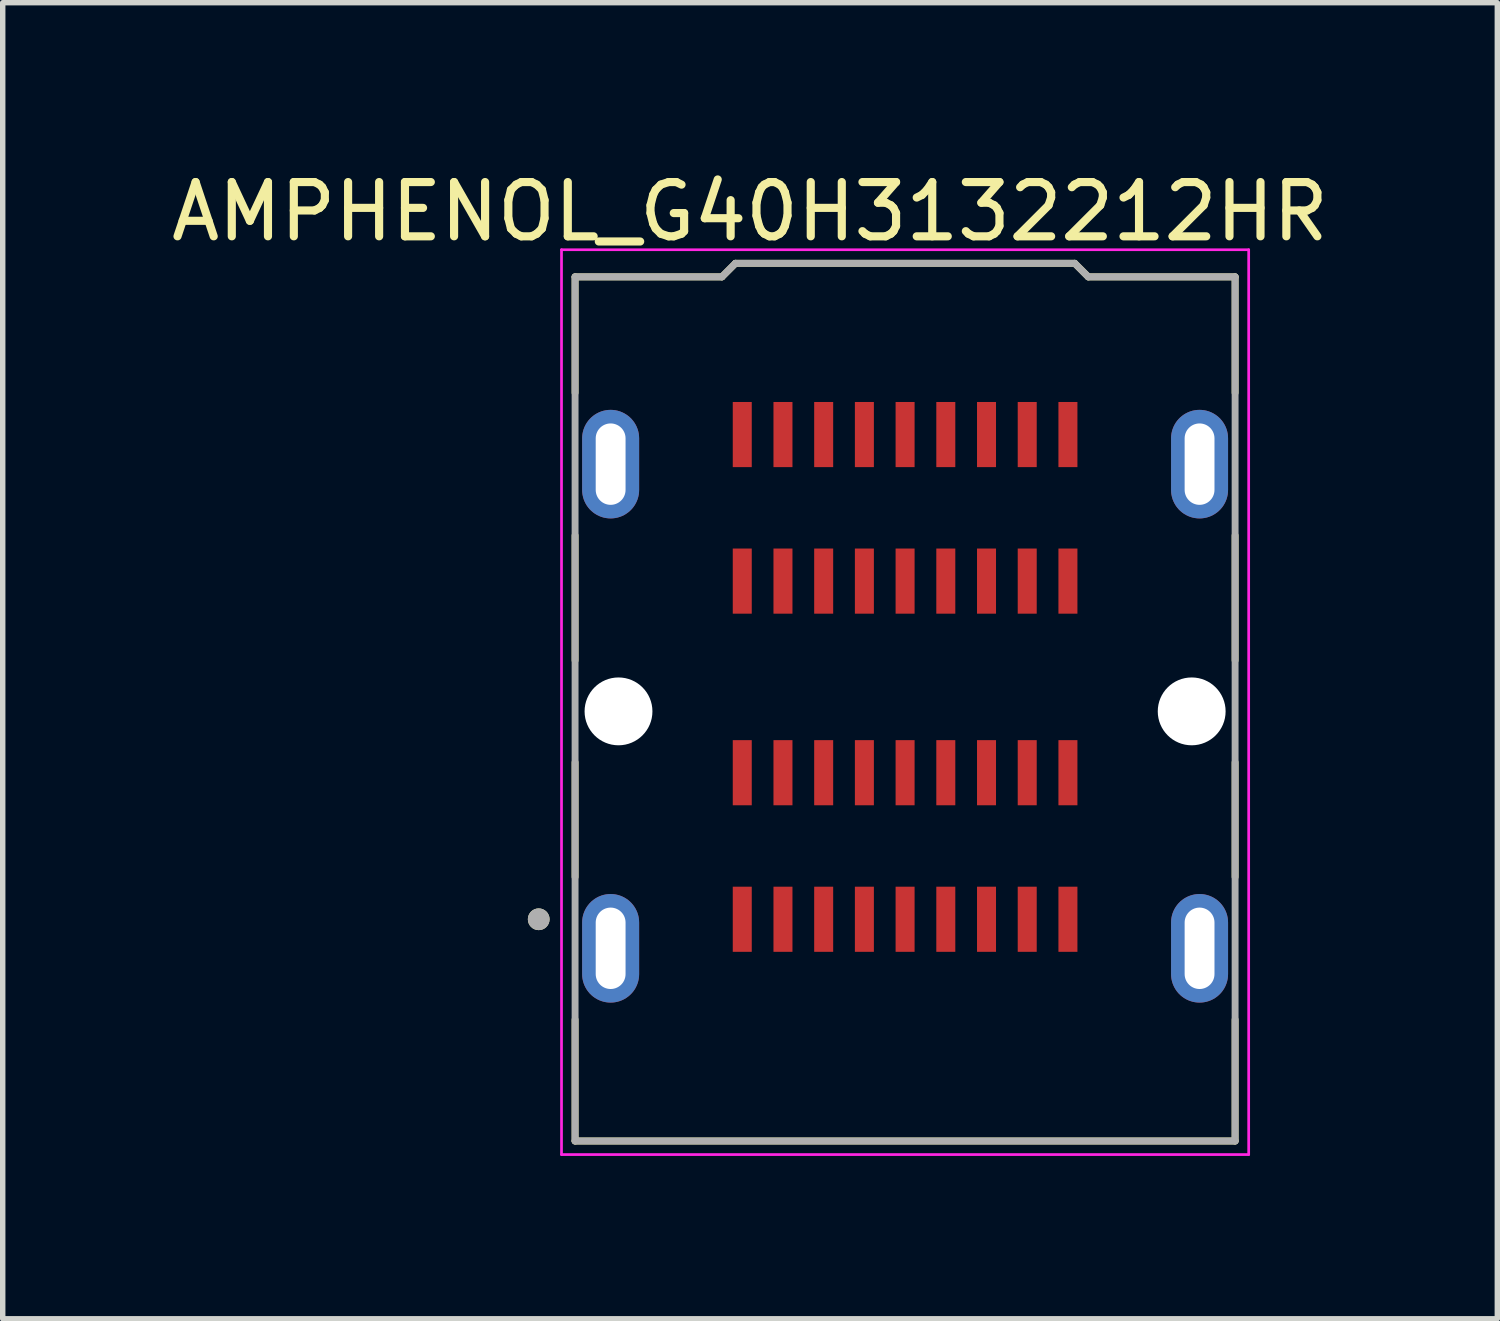
<source format=kicad_pcb>
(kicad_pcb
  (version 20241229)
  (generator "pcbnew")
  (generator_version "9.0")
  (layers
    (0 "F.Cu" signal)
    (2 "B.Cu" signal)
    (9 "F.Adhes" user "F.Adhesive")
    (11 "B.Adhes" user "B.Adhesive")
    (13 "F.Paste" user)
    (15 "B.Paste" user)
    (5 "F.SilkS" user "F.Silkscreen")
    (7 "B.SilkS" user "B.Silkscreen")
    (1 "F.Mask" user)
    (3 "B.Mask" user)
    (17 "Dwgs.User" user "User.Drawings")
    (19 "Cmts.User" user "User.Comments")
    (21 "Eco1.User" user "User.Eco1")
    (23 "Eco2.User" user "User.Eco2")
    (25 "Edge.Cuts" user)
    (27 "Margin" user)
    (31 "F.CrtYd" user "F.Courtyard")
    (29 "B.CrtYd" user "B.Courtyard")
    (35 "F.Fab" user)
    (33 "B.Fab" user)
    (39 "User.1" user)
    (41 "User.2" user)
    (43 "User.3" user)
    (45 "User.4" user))
  (footprint "AMPHENOL_G40H3132212HR"
    (layer "F.Cu")
    (at 13.625 9.421)
    (property "Reference" "AMPHENOL_G40H3132212HR" (at -2.857 -8.572 0) (layer "F.SilkS") (effects (font (size 1 1) (thickness 0.15))))
    (attr smd)
    (fp_line (start -6.08 -7.37) (end -6.08 -5.234) (stroke (width 0.127) (type solid)) (layer "F.SilkS"))
    (fp_line (start -6.08 -7.37) (end -3.375 -7.37) (stroke (width 0.127) (type solid)) (layer "F.SilkS"))
    (fp_line (start -6.08 -2.606) (end -6.08 -0.304) (stroke (width 0.127) (type solid)) (layer "F.SilkS"))
    (fp_line (start -6.08 1.574) (end -6.08 3.686) (stroke (width 0.127) (type solid)) (layer "F.SilkS"))
    (fp_line (start -6.08 6.314) (end -6.08 8.55) (stroke (width 0.127) (type solid)) (layer "F.SilkS"))
    (fp_line (start -6.08 8.55) (end 6.08 8.55) (stroke (width 0.127) (type solid)) (layer "F.SilkS"))
    (fp_line (start -3.375 -7.37) (end -3.125 -7.62) (stroke (width 0.127) (type solid)) (layer "F.SilkS"))
    (fp_line (start -3.125 -7.62) (end 3.125 -7.62) (stroke (width 0.127) (type solid)) (layer "F.SilkS"))
    (fp_line (start 3.125 -7.62) (end 3.375 -7.37) (stroke (width 0.127) (type solid)) (layer "F.SilkS"))
    (fp_line (start 3.375 -7.37) (end 6.08 -7.37) (stroke (width 0.127) (type solid)) (layer "F.SilkS"))
    (fp_line (start 6.08 -7.37) (end 6.08 -5.234) (stroke (width 0.127) (type solid)) (layer "F.SilkS"))
    (fp_line (start 6.08 -2.606) (end 6.08 -0.304) (stroke (width 0.127) (type solid)) (layer "F.SilkS"))
    (fp_line (start 6.08 1.574) (end 6.08 3.686) (stroke (width 0.127) (type solid)) (layer "F.SilkS"))
    (fp_line (start 6.08 6.314) (end 6.08 8.55) (stroke (width 0.127) (type solid)) (layer "F.SilkS"))
    (fp_circle (center -6.75 4.465) (end -6.65 4.465) (stroke (width 0.2) (type solid)) (fill no) (layer "F.SilkS"))
    (fp_line (start -6.33 -7.87) (end -6.33 8.8) (stroke (width 0.05) (type solid)) (layer "F.CrtYd"))
    (fp_line (start -6.33 8.8) (end 6.33 8.8) (stroke (width 0.05) (type solid)) (layer "F.CrtYd"))
    (fp_line (start 6.33 -7.87) (end -6.33 -7.87) (stroke (width 0.05) (type solid)) (layer "F.CrtYd"))
    (fp_line (start 6.33 8.8) (end 6.33 -7.87) (stroke (width 0.05) (type solid)) (layer "F.CrtYd"))
    (fp_line (start -6.08 -7.37) (end -6.08 8.55) (stroke (width 0.127) (type solid)) (layer "F.Fab"))
    (fp_line (start -6.08 -7.37) (end -3.375 -7.37) (stroke (width 0.127) (type solid)) (layer "F.Fab"))
    (fp_line (start -6.08 8.55) (end 6.08 8.55) (stroke (width 0.127) (type solid)) (layer "F.Fab"))
    (fp_line (start -3.375 -7.37) (end -3.125 -7.62) (stroke (width 0.127) (type solid)) (layer "F.Fab"))
    (fp_line (start -3.125 -7.62) (end 3.125 -7.62) (stroke (width 0.127) (type solid)) (layer "F.Fab"))
    (fp_line (start 3.125 -7.62) (end 3.375 -7.37) (stroke (width 0.127) (type solid)) (layer "F.Fab"))
    (fp_line (start 3.375 -7.37) (end 6.08 -7.37) (stroke (width 0.127) (type solid)) (layer "F.Fab"))
    (fp_line (start 6.08 -7.37) (end 6.08 8.55) (stroke (width 0.127) (type solid)) (layer "F.Fab"))
    (fp_circle (center -6.75 4.465) (end -6.65 4.465) (stroke (width 0.2) (type solid)) (fill no) (layer "F.Fab"))
    (pad "" np_thru_hole circle (at -5.28 0.635) (size 1.25 1.25) (drill 1.25) (layers "*.Cu" "*.Mask"))
    (pad "" np_thru_hole circle (at 5.28 0.635) (size 1.25 1.25) (drill 1.25) (layers "*.Cu" "*.Mask"))
    (pad "A1" smd rect (at -3 4.465) (size 0.35 1.2) (layers "F.Cu" "F.Mask" "F.Paste"))
    (pad "A2" smd rect (at -2.25 4.465) (size 0.35 1.2) (layers "F.Cu" "F.Mask" "F.Paste"))
    (pad "A3" smd rect (at -1.5 4.465) (size 0.35 1.2) (layers "F.Cu" "F.Mask" "F.Paste"))
    (pad "A4" smd rect (at -0.75 4.465) (size 0.35 1.2) (layers "F.Cu" "F.Mask" "F.Paste"))
    (pad "A5" smd rect (at 0 4.465) (size 0.35 1.2) (layers "F.Cu" "F.Mask" "F.Paste"))
    (pad "A6" smd rect (at 0.75 4.465) (size 0.35 1.2) (layers "F.Cu" "F.Mask" "F.Paste"))
    (pad "A7" smd rect (at 1.5 4.465) (size 0.35 1.2) (layers "F.Cu" "F.Mask" "F.Paste"))
    (pad "A8" smd rect (at 2.25 4.465) (size 0.35 1.2) (layers "F.Cu" "F.Mask" "F.Paste"))
    (pad "A9" smd rect (at 3 4.465) (size 0.35 1.2) (layers "F.Cu" "F.Mask" "F.Paste"))
    (pad "B1" smd rect (at -3 1.765) (size 0.35 1.2) (layers "F.Cu" "F.Mask" "F.Paste"))
    (pad "B2" smd rect (at -2.25 1.765) (size 0.35 1.2) (layers "F.Cu" "F.Mask" "F.Paste"))
    (pad "B3" smd rect (at -1.5 1.765) (size 0.35 1.2) (layers "F.Cu" "F.Mask" "F.Paste"))
    (pad "B4" smd rect (at -0.75 1.765) (size 0.35 1.2) (layers "F.Cu" "F.Mask" "F.Paste"))
    (pad "B5" smd rect (at 0 1.765) (size 0.35 1.2) (layers "F.Cu" "F.Mask" "F.Paste"))
    (pad "B6" smd rect (at 0.75 1.765) (size 0.35 1.2) (layers "F.Cu" "F.Mask" "F.Paste"))
    (pad "B7" smd rect (at 1.5 1.765) (size 0.35 1.2) (layers "F.Cu" "F.Mask" "F.Paste"))
    (pad "B8" smd rect (at 2.25 1.765) (size 0.35 1.2) (layers "F.Cu" "F.Mask" "F.Paste"))
    (pad "B9" smd rect (at 3 1.765) (size 0.35 1.2) (layers "F.Cu" "F.Mask" "F.Paste"))
    (pad "C1" smd rect (at -3 -1.765) (size 0.35 1.2) (layers "F.Cu" "F.Mask" "F.Paste"))
    (pad "C2" smd rect (at -2.25 -1.765) (size 0.35 1.2) (layers "F.Cu" "F.Mask" "F.Paste"))
    (pad "C3" smd rect (at -1.5 -1.765) (size 0.35 1.2) (layers "F.Cu" "F.Mask" "F.Paste"))
    (pad "C4" smd rect (at -0.75 -1.765) (size 0.35 1.2) (layers "F.Cu" "F.Mask" "F.Paste"))
    (pad "C5" smd rect (at 0 -1.765) (size 0.35 1.2) (layers "F.Cu" "F.Mask" "F.Paste"))
    (pad "C6" smd rect (at 0.75 -1.765) (size 0.35 1.2) (layers "F.Cu" "F.Mask" "F.Paste"))
    (pad "C7" smd rect (at 1.5 -1.765) (size 0.35 1.2) (layers "F.Cu" "F.Mask" "F.Paste"))
    (pad "C8" smd rect (at 2.25 -1.765) (size 0.35 1.2) (layers "F.Cu" "F.Mask" "F.Paste"))
    (pad "C9" smd rect (at 3 -1.765) (size 0.35 1.2) (layers "F.Cu" "F.Mask" "F.Paste"))
    (pad "D1" smd rect (at -3 -4.465) (size 0.35 1.2) (layers "F.Cu" "F.Mask" "F.Paste"))
    (pad "D2" smd rect (at -2.25 -4.465) (size 0.35 1.2) (layers "F.Cu" "F.Mask" "F.Paste"))
    (pad "D3" smd rect (at -1.5 -4.465) (size 0.35 1.2) (layers "F.Cu" "F.Mask" "F.Paste"))
    (pad "D4" smd rect (at -0.75 -4.465) (size 0.35 1.2) (layers "F.Cu" "F.Mask" "F.Paste"))
    (pad "D5" smd rect (at 0 -4.465) (size 0.35 1.2) (layers "F.Cu" "F.Mask" "F.Paste"))
    (pad "D6" smd rect (at 0.75 -4.465) (size 0.35 1.2) (layers "F.Cu" "F.Mask" "F.Paste"))
    (pad "D7" smd rect (at 1.5 -4.465) (size 0.35 1.2) (layers "F.Cu" "F.Mask" "F.Paste"))
    (pad "D8" smd rect (at 2.25 -4.465) (size 0.35 1.2) (layers "F.Cu" "F.Mask" "F.Paste"))
    (pad "D9" smd rect (at 3 -4.465) (size 0.35 1.2) (layers "F.Cu" "F.Mask" "F.Paste"))
    (pad "SH1" thru_hole oval (at -5.425 -3.92) (size 1.05 2) (drill oval 0.55 1.5) (layers "*.Cu" "*.Mask"))
    (pad "SH2" thru_hole oval (at 5.425 -3.92) (size 1.05 2) (drill oval 0.55 1.5) (layers "*.Cu" "*.Mask"))
    (pad "SH3" thru_hole oval (at -5.425 5) (size 1.05 2) (drill oval 0.55 1.5) (layers "*.Cu" "*.Mask"))
    (pad "SH4" thru_hole oval (at 5.425 5) (size 1.05 2) (drill oval 0.55 1.5) (layers "*.Cu" "*.Mask")))
  (gr_rect
    (start -3 -3)
    (end 24.536 21.246)
    (stroke (width 0.1) (type default))
    (fill no)
    (layer "Edge.Cuts")))
</source>
